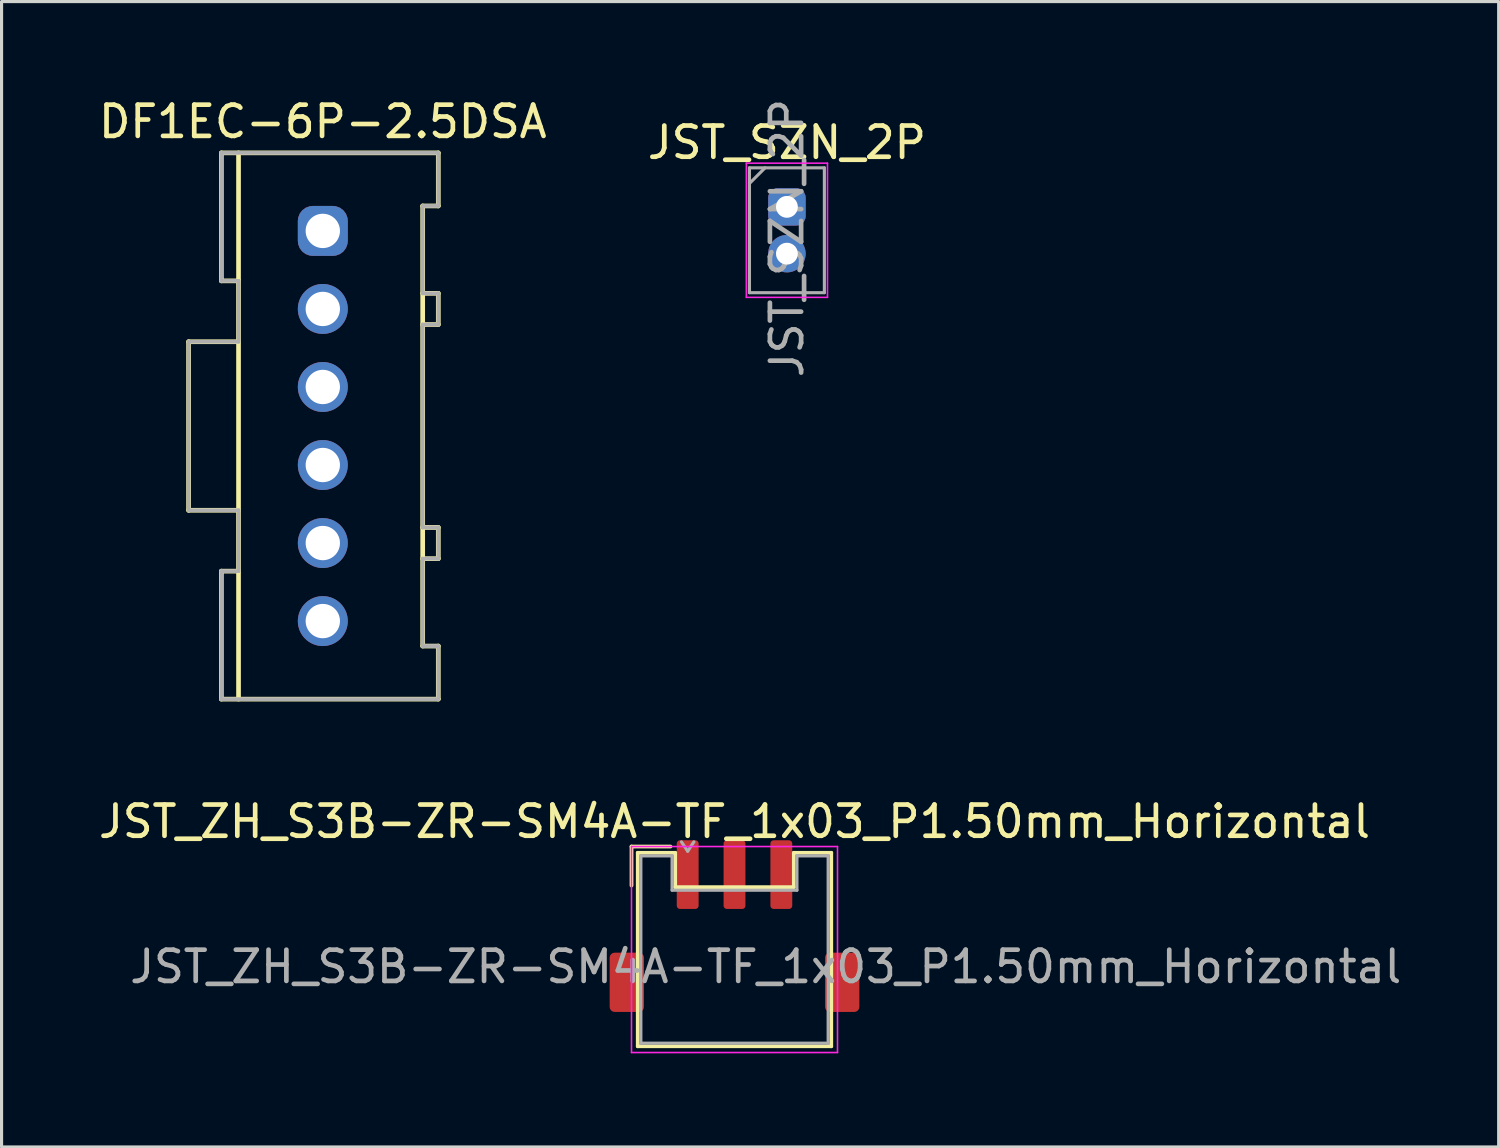
<source format=kicad_pcb>
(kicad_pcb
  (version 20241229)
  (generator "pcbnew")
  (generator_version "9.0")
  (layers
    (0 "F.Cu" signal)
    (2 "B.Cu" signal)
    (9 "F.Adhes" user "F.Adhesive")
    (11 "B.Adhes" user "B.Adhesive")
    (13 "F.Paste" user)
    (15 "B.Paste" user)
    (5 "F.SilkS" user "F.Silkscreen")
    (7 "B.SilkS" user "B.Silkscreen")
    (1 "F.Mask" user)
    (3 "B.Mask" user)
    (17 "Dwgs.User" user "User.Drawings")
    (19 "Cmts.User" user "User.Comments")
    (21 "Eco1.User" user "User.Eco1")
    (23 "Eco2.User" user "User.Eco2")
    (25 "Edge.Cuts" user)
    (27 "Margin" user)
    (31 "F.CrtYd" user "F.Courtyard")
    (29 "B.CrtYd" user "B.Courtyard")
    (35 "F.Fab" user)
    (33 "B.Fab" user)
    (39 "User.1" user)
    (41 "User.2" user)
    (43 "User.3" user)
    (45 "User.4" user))
  (footprint "DF1EC-6P-2.5DSA"
    (layer "F.Cu")
    (at 7.292 10.598)
    (property "Reference" "DF1EC-6P-2.5DSA" (at 0 -9.75 0) (layer "F.SilkS") (effects (font (size 1 1) (thickness 0.15))))
    (attr through_hole)
    (fp_line (start -4.3 -2.7) (end -4.3 2.7) (stroke (width 0.15) (type solid)) (layer "F.SilkS"))
    (fp_line (start -4.3 -2.7) (end -2.7 -2.7) (stroke (width 0.15) (type solid)) (layer "F.SilkS"))
    (fp_line (start -4.3 2.7) (end -2.7 2.7) (stroke (width 0.15) (type solid)) (layer "F.SilkS"))
    (fp_line (start -3.25 -8.75) (end -3.25 -4.65) (stroke (width 0.15) (type solid)) (layer "F.SilkS"))
    (fp_line (start -3.25 -8.75) (end 3.7 -8.75) (stroke (width 0.15) (type solid)) (layer "F.SilkS"))
    (fp_line (start -3.25 -4.65) (end -2.7 -4.65) (stroke (width 0.15) (type solid)) (layer "F.SilkS"))
    (fp_line (start -3.25 4.65) (end -3.25 8.75) (stroke (width 0.15) (type solid)) (layer "F.SilkS"))
    (fp_line (start -3.25 4.65) (end -2.7 4.65) (stroke (width 0.15) (type solid)) (layer "F.SilkS"))
    (fp_line (start -3.25 8.75) (end 3.7 8.75) (stroke (width 0.15) (type solid)) (layer "F.SilkS"))
    (fp_line (start -2.7 -8.75) (end -2.7 8.75) (stroke (width 0.15) (type solid)) (layer "F.SilkS"))
    (fp_line (start 3.2 -7.05) (end 3.2 7.05) (stroke (width 0.15) (type solid)) (layer "F.SilkS"))
    (fp_line (start 3.2 -4.25) (end 3.7 -4.25) (stroke (width 0.15) (type solid)) (layer "F.SilkS"))
    (fp_line (start 3.2 -3.25) (end 3.7 -3.25) (stroke (width 0.15) (type solid)) (layer "F.SilkS"))
    (fp_line (start 3.2 3.25) (end 3.7 3.25) (stroke (width 0.15) (type solid)) (layer "F.SilkS"))
    (fp_line (start 3.2 4.25) (end 3.7 4.25) (stroke (width 0.15) (type solid)) (layer "F.SilkS"))
    (fp_line (start 3.2 7.05) (end 3.7 7.05) (stroke (width 0.15) (type solid)) (layer "F.SilkS"))
    (fp_line (start 3.7 -8.75) (end 3.7 -7.05) (stroke (width 0.15) (type solid)) (layer "F.SilkS"))
    (fp_line (start 3.7 -7.05) (end 3.2 -7.05) (stroke (width 0.15) (type solid)) (layer "F.SilkS"))
    (fp_line (start 3.7 -4.25) (end 3.7 -3.25) (stroke (width 0.15) (type solid)) (layer "F.SilkS"))
    (fp_line (start 3.7 3.25) (end 3.7 4.25) (stroke (width 0.15) (type solid)) (layer "F.SilkS"))
    (fp_line (start 3.7 7.05) (end 3.7 8.75) (stroke (width 0.15) (type solid)) (layer "F.SilkS"))
    (fp_line (start -4.3 -2.7) (end -4.3 2.7) (stroke (width 0.12) (type solid)) (layer "F.Fab"))
    (fp_line (start -4.3 -2.7) (end -2.7 -2.7) (stroke (width 0.12) (type solid)) (layer "F.Fab"))
    (fp_line (start -4.3 2.7) (end -2.7 2.7) (stroke (width 0.12) (type solid)) (layer "F.Fab"))
    (fp_line (start -3.25 -8.75) (end -3.25 -4.65) (stroke (width 0.12) (type solid)) (layer "F.Fab"))
    (fp_line (start -3.25 -8.75) (end 3.7 -8.75) (stroke (width 0.12) (type solid)) (layer "F.Fab"))
    (fp_line (start -3.25 -4.65) (end -2.7 -4.65) (stroke (width 0.12) (type solid)) (layer "F.Fab"))
    (fp_line (start -3.25 4.65) (end -3.25 8.75) (stroke (width 0.12) (type solid)) (layer "F.Fab"))
    (fp_line (start -3.25 4.65) (end -2.7 4.65) (stroke (width 0.12) (type solid)) (layer "F.Fab"))
    (fp_line (start -3.25 8.75) (end 3.7 8.75) (stroke (width 0.12) (type solid)) (layer "F.Fab"))
    (fp_line (start -2.7 -4.65) (end -2.7 -2.7) (stroke (width 0.12) (type solid)) (layer "F.Fab"))
    (fp_line (start -2.7 2.7) (end -2.7 4.65) (stroke (width 0.12) (type solid)) (layer "F.Fab"))
    (fp_line (start 3.2 -7.05) (end 3.2 -4.25) (stroke (width 0.12) (type solid)) (layer "F.Fab"))
    (fp_line (start 3.2 -7.05) (end 3.7 -7.05) (stroke (width 0.12) (type solid)) (layer "F.Fab"))
    (fp_line (start 3.2 -4.25) (end 3.7 -4.25) (stroke (width 0.12) (type solid)) (layer "F.Fab"))
    (fp_line (start 3.2 -3.25) (end 3.2 3.25) (stroke (width 0.12) (type solid)) (layer "F.Fab"))
    (fp_line (start 3.2 -3.25) (end 3.7 -3.25) (stroke (width 0.12) (type solid)) (layer "F.Fab"))
    (fp_line (start 3.2 3.25) (end 3.7 3.25) (stroke (width 0.12) (type solid)) (layer "F.Fab"))
    (fp_line (start 3.2 4.25) (end 3.2 7.05) (stroke (width 0.12) (type solid)) (layer "F.Fab"))
    (fp_line (start 3.2 4.25) (end 3.7 4.25) (stroke (width 0.12) (type solid)) (layer "F.Fab"))
    (fp_line (start 3.2 7.05) (end 3.7 7.05) (stroke (width 0.12) (type solid)) (layer "F.Fab"))
    (fp_line (start 3.7 -8.75) (end 3.7 -7.05) (stroke (width 0.12) (type solid)) (layer "F.Fab"))
    (fp_line (start 3.7 -4.25) (end 3.7 -3.25) (stroke (width 0.12) (type solid)) (layer "F.Fab"))
    (fp_line (start 3.7 3.25) (end 3.7 4.25) (stroke (width 0.12) (type solid)) (layer "F.Fab"))
    (fp_line (start 3.7 7.05) (end 3.7 8.75) (stroke (width 0.12) (type solid)) (layer "F.Fab"))
    (pad "1" thru_hole roundrect (at 0 -6.25) (size 1.6 1.6) (drill 1.1) (layers "*.Cu" "*.Mask") (roundrect_rratio 0.3))
    (pad "2" thru_hole circle (at 0 -3.75) (size 1.6 1.6) (drill 1.1) (layers "*.Cu" "*.Mask"))
    (pad "3" thru_hole circle (at 0 -1.25) (size 1.6 1.6) (drill 1.1) (layers "*.Cu" "*.Mask"))
    (pad "4" thru_hole circle (at 0 1.25) (size 1.6 1.6) (drill 1.1) (layers "*.Cu" "*.Mask"))
    (pad "5" thru_hole circle (at 0 3.75) (size 1.6 1.6) (drill 1.1) (layers "*.Cu" "*.Mask"))
    (pad "6" thru_hole circle (at 0 6.25) (size 1.6 1.6) (drill 1.1) (layers "*.Cu" "*.Mask")))
  (footprint "JST_ZH_S3B-ZR-SM4A-TF_1x03_P1.50mm_Horizontal"
    (layer "F.Cu")
    (at 18.982 24.971)
    (property "Reference" "JST_ZH_S3B-ZR-SM4A-TF_1x03_P1.50mm_Horizontal" (at 1.5 -1.7 0) (layer "F.SilkS") (effects (font (size 1 1) (thickness 0.15))))
    (attr through_hole)
    (fp_line (start -1.8 -0.9) (end -1.8 0.35) (stroke (width 0.12) (type solid)) (layer "F.SilkS"))
    (fp_line (start -1.6 -0.7) (end -1.6 5.5) (stroke (width 0.12) (type solid)) (layer "F.SilkS"))
    (fp_line (start -1.6 5.5) (end 4.6 5.5) (stroke (width 0.12) (type solid)) (layer "F.SilkS"))
    (fp_line (start -0.55 -0.9) (end -1.8 -0.9) (stroke (width 0.12) (type solid)) (layer "F.SilkS"))
    (fp_line (start -0.4 -0.7) (end -1.6 -0.7) (stroke (width 0.12) (type solid)) (layer "F.SilkS"))
    (fp_line (start -0.4 -0.7) (end -0.4 0.4) (stroke (width 0.12) (type solid)) (layer "F.SilkS"))
    (fp_line (start -0.4 0.4) (end 3.4 0.4) (stroke (width 0.12) (type solid)) (layer "F.SilkS"))
    (fp_line (start 3.4 0.4) (end 3.4 -0.7) (stroke (width 0.12) (type solid)) (layer "F.SilkS"))
    (fp_line (start 4.6 -0.7) (end 3.4 -0.7) (stroke (width 0.12) (type solid)) (layer "F.SilkS"))
    (fp_line (start 4.6 5.5) (end 4.6 -0.7) (stroke (width 0.12) (type solid)) (layer "F.SilkS"))
    (fp_line (start -1.8 -0.9) (end -1.8 5.7) (stroke (width 0.05) (type solid)) (layer "F.CrtYd"))
    (fp_line (start -1.8 5.7) (end 4.8 5.7) (stroke (width 0.05) (type solid)) (layer "F.CrtYd"))
    (fp_line (start 4.8 -0.9) (end -1.8 -0.9) (stroke (width 0.05) (type solid)) (layer "F.CrtYd"))
    (fp_line (start 4.8 5.7) (end 4.8 -0.9) (stroke (width 0.05) (type solid)) (layer "F.CrtYd"))
    (fp_line (start -1.5 -0.6) (end -1.5 5.4) (stroke (width 0.1) (type solid)) (layer "F.Fab"))
    (fp_line (start -1.5 5.4) (end 4.5 5.4) (stroke (width 0.1) (type solid)) (layer "F.Fab"))
    (fp_line (start -0.5 -0.6) (end -1.5 -0.6) (stroke (width 0.1) (type solid)) (layer "F.Fab"))
    (fp_line (start -0.5 -0.6) (end -0.5 0.5) (stroke (width 0.1) (type solid)) (layer "F.Fab"))
    (fp_line (start -0.5 0.5) (end 3.5 0.5) (stroke (width 0.1) (type solid)) (layer "F.Fab"))
    (fp_line (start -0.2 -1.05) (end 0 -0.75) (stroke (width 0.1) (type solid)) (layer "F.Fab"))
    (fp_line (start 0 -0.75) (end 0.2 -1.05) (stroke (width 0.1) (type solid)) (layer "F.Fab"))
    (fp_line (start 3.5 0.5) (end 3.5 -0.6) (stroke (width 0.1) (type solid)) (layer "F.Fab"))
    (fp_line (start 4.5 -0.6) (end 3.5 -0.6) (stroke (width 0.1) (type solid)) (layer "F.Fab"))
    (fp_line (start 4.5 5.4) (end 4.5 -0.6) (stroke (width 0.1) (type solid)) (layer "F.Fab"))
    (fp_text user "${REFERENCE}" (at 2.5 2.95 0) (layer "F.Fab") (effects (font (size 1 1) (thickness 0.15))))
    (pad "1" smd roundrect (at 0 0) (size 0.7 2.2) (layers "F.Cu" "F.Mask" "F.Paste") (roundrect_rratio 0.147))
    (pad "2" smd roundrect (at 1.5 0) (size 0.7 2.2) (layers "F.Cu" "F.Mask" "F.Paste") (roundrect_rratio 0.147))
    (pad "3" smd roundrect (at 3 0) (size 0.7 2.2) (layers "F.Cu" "F.Mask" "F.Paste") (roundrect_rratio 0.147))
    (pad "MP" smd roundrect (at -1.95 3.45) (size 1.1 1.9) (layers "F.Cu" "F.Mask" "F.Paste") (roundrect_rratio 0.147))
    (pad "MP" smd roundrect (at 4.95 3.45) (size 1.1 1.9) (layers "F.Cu" "F.Mask" "F.Paste") (roundrect_rratio 0.147)))
  (footprint "JST_SZN_2P"
    (layer "F.Cu")
    (at 22.161 3.577)
    (property "Reference" "JST_SZN_2P" (at 0 -2.06 0) (layer "F.SilkS") (effects (font (size 1 1) (thickness 0.15))))
    (attr through_hole)
    (fp_line (start -1.3 -1.4) (end -1.3 2.9) (stroke (width 0.05) (type solid)) (layer "F.CrtYd"))
    (fp_line (start -1.3 2.9) (end 1.3 2.9) (stroke (width 0.05) (type solid)) (layer "F.CrtYd"))
    (fp_line (start 1.3 -1.4) (end -1.3 -1.4) (stroke (width 0.05) (type solid)) (layer "F.CrtYd"))
    (fp_line (start 1.3 2.9) (end 1.3 -1.4) (stroke (width 0.05) (type solid)) (layer "F.CrtYd"))
    (fp_line (start -1.2 -1.25) (end 1.2 -1.25) (stroke (width 0.1) (type solid)) (layer "F.Fab"))
    (fp_line (start -1.2 -0.75) (end -0.7 -1.25) (stroke (width 0.1) (type solid)) (layer "F.Fab"))
    (fp_line (start -1.2 2.75) (end -1.2 -1.25) (stroke (width 0.1) (type solid)) (layer "F.Fab"))
    (fp_line (start 1.2 -1.25) (end 1.2 2.75) (stroke (width 0.1) (type solid)) (layer "F.Fab"))
    (fp_line (start 1.2 2.75) (end -1.2 2.75) (stroke (width 0.1) (type solid)) (layer "F.Fab"))
    (fp_text user "${REFERENCE}" (at 0 1 90) (layer "F.Fab") (effects (font (size 1 1) (thickness 0.15))))
    (pad "1" thru_hole roundrect (at 0 0) (size 1.2 1.2) (drill 0.7) (layers "*.Cu" "*.Mask") (roundrect_rratio 0.25))
    (pad "2" thru_hole oval (at 0 1.5) (size 1.2 1.2) (drill 0.7) (layers "*.Cu" "*.Mask")))
  (gr_rect
    (start -3 -3)
    (end 44.964 33.697)
    (stroke (width 0.1) (type default))
    (fill no)
    (layer "Edge.Cuts")))
</source>
